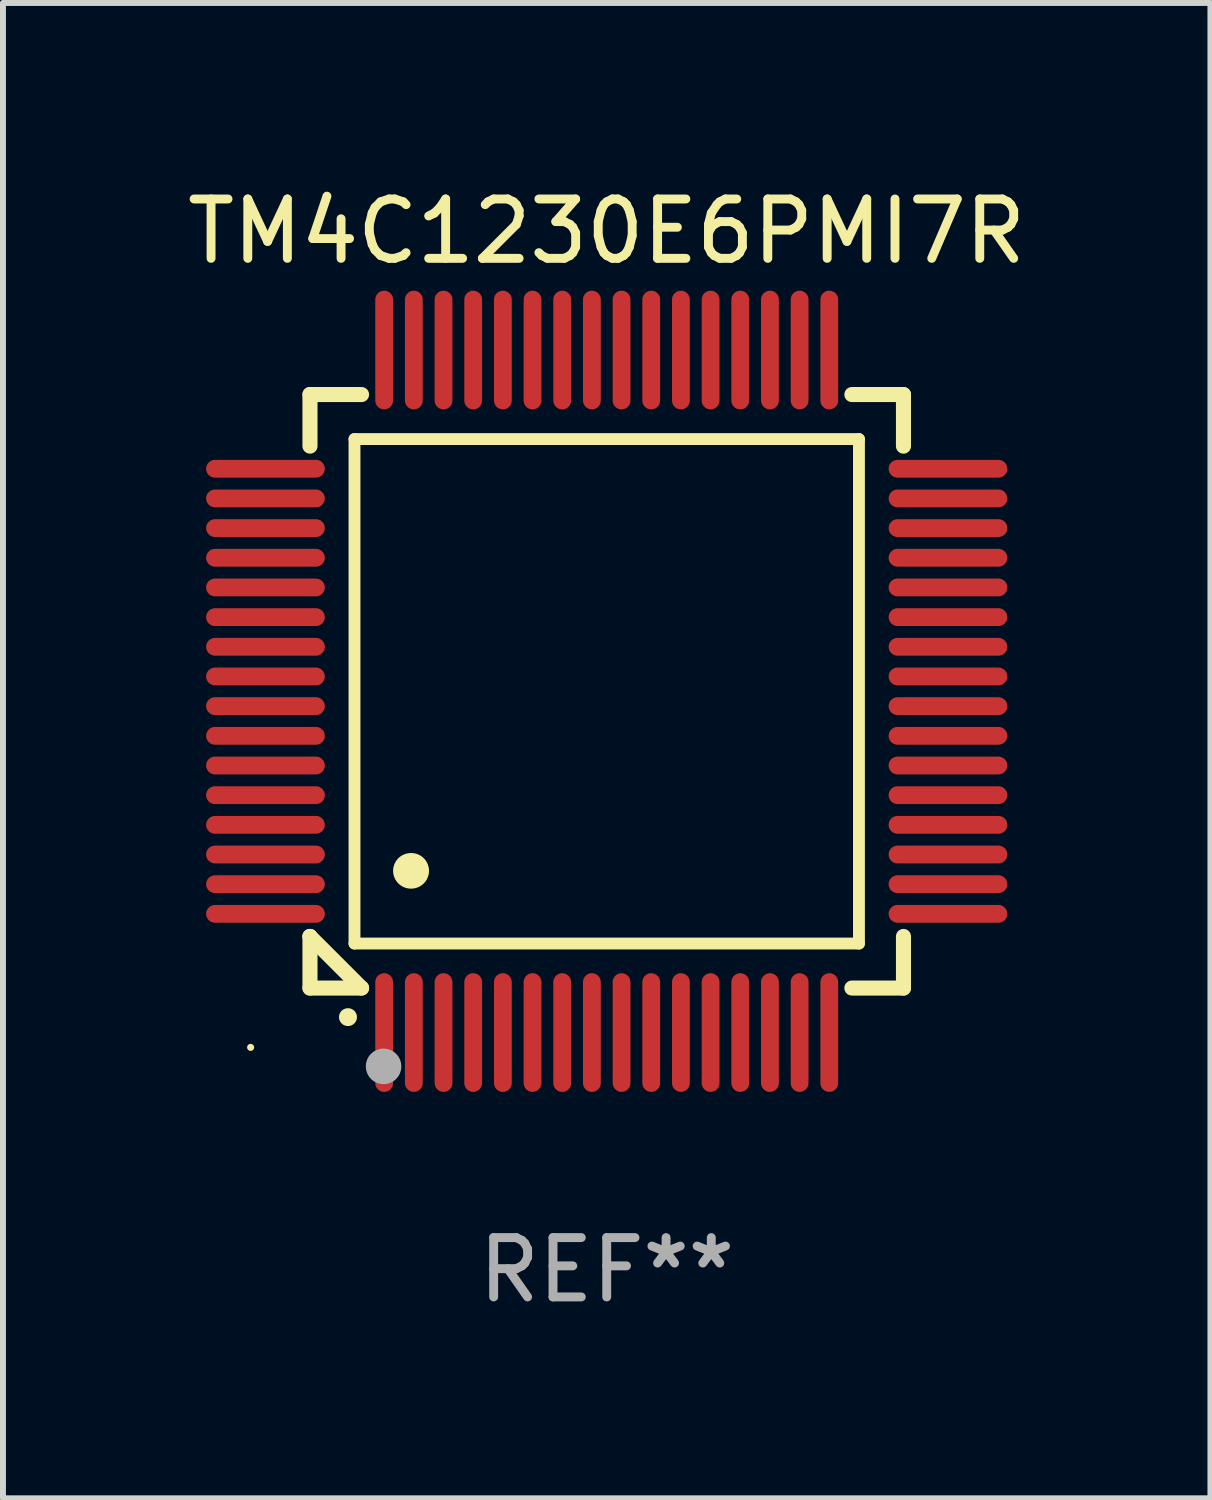
<source format=kicad_pcb>
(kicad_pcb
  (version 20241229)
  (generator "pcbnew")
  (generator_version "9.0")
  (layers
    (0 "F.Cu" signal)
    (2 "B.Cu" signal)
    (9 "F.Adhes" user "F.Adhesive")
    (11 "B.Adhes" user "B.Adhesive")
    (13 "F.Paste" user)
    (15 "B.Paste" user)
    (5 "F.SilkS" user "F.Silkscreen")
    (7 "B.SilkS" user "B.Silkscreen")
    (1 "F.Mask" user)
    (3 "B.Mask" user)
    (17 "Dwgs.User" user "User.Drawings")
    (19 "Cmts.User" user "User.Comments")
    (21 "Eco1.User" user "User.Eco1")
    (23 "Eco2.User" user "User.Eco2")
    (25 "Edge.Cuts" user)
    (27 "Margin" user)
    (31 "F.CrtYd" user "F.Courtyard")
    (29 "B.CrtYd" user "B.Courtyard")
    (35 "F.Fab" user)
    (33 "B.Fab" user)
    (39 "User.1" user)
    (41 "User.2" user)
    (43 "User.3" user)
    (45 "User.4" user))
  (footprint "TM4C1230E6PMI7R"
    (layer "F.Cu")
    (at 7.173 8.598)
    (property "Reference" "TM4C1230E6PMI7R" (at 0 -7.75 0) (layer "F.SilkS") (effects (font (size 1 1) (thickness 0.15))))
    (attr through_hole)
    (fp_line (start -5 -5) (end -4.131 -5) (stroke (width 0.254) (type solid)) (layer "F.SilkS"))
    (fp_line (start -5 -4.131) (end -5 -5) (stroke (width 0.254) (type solid)) (layer "F.SilkS"))
    (fp_line (start -5 4.131) (end -5 4.131) (stroke (width 0.254) (type solid)) (layer "F.SilkS"))
    (fp_line (start -5 5) (end -5 4.131) (stroke (width 0.254) (type solid)) (layer "F.SilkS"))
    (fp_line (start -5 4.131) (end -4.131 5) (stroke (width 0.254) (type solid)) (layer "F.SilkS"))
    (fp_line (start -4.25 -4.25) (end -4.25 4.25) (stroke (width 0.2) (type solid)) (layer "F.SilkS"))
    (fp_line (start -4.25 4.25) (end 4.25 4.25) (stroke (width 0.2) (type solid)) (layer "F.SilkS"))
    (fp_line (start -4.131 5) (end -5 5) (stroke (width 0.254) (type solid)) (layer "F.SilkS"))
    (fp_line (start 4.25 -4.25) (end -4.25 -4.25) (stroke (width 0.2) (type solid)) (layer "F.SilkS"))
    (fp_line (start 4.25 4.25) (end 4.25 -4.25) (stroke (width 0.2) (type solid)) (layer "F.SilkS"))
    (fp_line (start 5 -5) (end 4.131 -5) (stroke (width 0.254) (type solid)) (layer "F.SilkS"))
    (fp_line (start 5 -5) (end 5 -4.131) (stroke (width 0.254) (type solid)) (layer "F.SilkS"))
    (fp_line (start 5 4.131) (end 5 5) (stroke (width 0.254) (type solid)) (layer "F.SilkS"))
    (fp_line (start 5 5) (end 4.131 5) (stroke (width 0.254) (type solid)) (layer "F.SilkS"))
    (fp_arc (start -4.361265 5.489992) (mid -4.359995 5.489987) (end -4.358725 5.489992) (stroke (width 0.3) (type solid)) (layer "F.SilkS"))
    (fp_arc (start -3.299467 3.025146) (mid -3.296927 3.025135) (end -3.294387 3.025146) (stroke (width 0.6) (type solid)) (layer "F.SilkS"))
    (fp_circle (center -6 6) (end -5.97 6) (stroke (width 0.06) (type solid)) (fill no) (layer "F.SilkS"))
    (fp_circle (center -3.76 6.32) (end -3.61 6.32) (stroke (width 0.3) (type solid)) (fill no) (layer "F.Fab"))
    (fp_text user "REF**" (at 0 9.75 0) (layer "F.Fab") (effects (font (size 1 1) (thickness 0.15))))
    (pad "1" smd oval (at -3.75 5.75) (size 0.3 2) (layers "F.Cu" "F.Mask" "F.Paste"))
    (pad "2" smd oval (at -3.25 5.75) (size 0.3 2) (layers "F.Cu" "F.Mask" "F.Paste"))
    (pad "3" smd oval (at -2.75 5.75) (size 0.3 2) (layers "F.Cu" "F.Mask" "F.Paste"))
    (pad "4" smd oval (at -2.25 5.75) (size 0.3 2) (layers "F.Cu" "F.Mask" "F.Paste"))
    (pad "5" smd oval (at -1.75 5.75) (size 0.3 2) (layers "F.Cu" "F.Mask" "F.Paste"))
    (pad "6" smd oval (at -1.25 5.75) (size 0.3 2) (layers "F.Cu" "F.Mask" "F.Paste"))
    (pad "7" smd oval (at -0.75 5.75) (size 0.3 2) (layers "F.Cu" "F.Mask" "F.Paste"))
    (pad "8" smd oval (at -0.25 5.75) (size 0.3 2) (layers "F.Cu" "F.Mask" "F.Paste"))
    (pad "9" smd oval (at 0.25 5.75) (size 0.3 2) (layers "F.Cu" "F.Mask" "F.Paste"))
    (pad "10" smd oval (at 0.75 5.75) (size 0.3 2) (layers "F.Cu" "F.Mask" "F.Paste"))
    (pad "11" smd oval (at 1.25 5.75) (size 0.3 2) (layers "F.Cu" "F.Mask" "F.Paste"))
    (pad "12" smd oval (at 1.75 5.75) (size 0.3 2) (layers "F.Cu" "F.Mask" "F.Paste"))
    (pad "13" smd oval (at 2.25 5.75) (size 0.3 2) (layers "F.Cu" "F.Mask" "F.Paste"))
    (pad "14" smd oval (at 2.75 5.75) (size 0.3 2) (layers "F.Cu" "F.Mask" "F.Paste"))
    (pad "15" smd oval (at 3.25 5.75) (size 0.3 2) (layers "F.Cu" "F.Mask" "F.Paste"))
    (pad "16" smd oval (at 3.75 5.75) (size 0.3 2) (layers "F.Cu" "F.Mask" "F.Paste"))
    (pad "17" smd oval (at 5.75 3.75) (size 2 0.3) (layers "F.Cu" "F.Mask" "F.Paste"))
    (pad "18" smd oval (at 5.75 3.25) (size 2 0.3) (layers "F.Cu" "F.Mask" "F.Paste"))
    (pad "19" smd oval (at 5.75 2.75) (size 2 0.3) (layers "F.Cu" "F.Mask" "F.Paste"))
    (pad "20" smd oval (at 5.75 2.25) (size 2 0.3) (layers "F.Cu" "F.Mask" "F.Paste"))
    (pad "21" smd oval (at 5.75 1.75) (size 2 0.3) (layers "F.Cu" "F.Mask" "F.Paste"))
    (pad "22" smd oval (at 5.75 1.25) (size 2 0.3) (layers "F.Cu" "F.Mask" "F.Paste"))
    (pad "23" smd oval (at 5.75 0.75) (size 2 0.3) (layers "F.Cu" "F.Mask" "F.Paste"))
    (pad "24" smd oval (at 5.75 0.25) (size 2 0.3) (layers "F.Cu" "F.Mask" "F.Paste"))
    (pad "25" smd oval (at 5.75 -0.25) (size 2 0.3) (layers "F.Cu" "F.Mask" "F.Paste"))
    (pad "26" smd oval (at 5.75 -0.75) (size 2 0.3) (layers "F.Cu" "F.Mask" "F.Paste"))
    (pad "27" smd oval (at 5.75 -1.25) (size 2 0.3) (layers "F.Cu" "F.Mask" "F.Paste"))
    (pad "28" smd oval (at 5.75 -1.75) (size 2 0.3) (layers "F.Cu" "F.Mask" "F.Paste"))
    (pad "29" smd oval (at 5.75 -2.25) (size 2 0.3) (layers "F.Cu" "F.Mask" "F.Paste"))
    (pad "30" smd oval (at 5.75 -2.75) (size 2 0.3) (layers "F.Cu" "F.Mask" "F.Paste"))
    (pad "31" smd oval (at 5.75 -3.25) (size 2 0.3) (layers "F.Cu" "F.Mask" "F.Paste"))
    (pad "32" smd oval (at 5.75 -3.75) (size 2 0.3) (layers "F.Cu" "F.Mask" "F.Paste"))
    (pad "33" smd oval (at 3.75 -5.75) (size 0.3 2) (layers "F.Cu" "F.Mask" "F.Paste"))
    (pad "34" smd oval (at 3.25 -5.75) (size 0.3 2) (layers "F.Cu" "F.Mask" "F.Paste"))
    (pad "35" smd oval (at 2.75 -5.75) (size 0.3 2) (layers "F.Cu" "F.Mask" "F.Paste"))
    (pad "36" smd oval (at 2.25 -5.75) (size 0.3 2) (layers "F.Cu" "F.Mask" "F.Paste"))
    (pad "37" smd oval (at 1.75 -5.75) (size 0.3 2) (layers "F.Cu" "F.Mask" "F.Paste"))
    (pad "38" smd oval (at 1.25 -5.75) (size 0.3 2) (layers "F.Cu" "F.Mask" "F.Paste"))
    (pad "39" smd oval (at 0.75 -5.75) (size 0.3 2) (layers "F.Cu" "F.Mask" "F.Paste"))
    (pad "40" smd oval (at 0.25 -5.75) (size 0.3 2) (layers "F.Cu" "F.Mask" "F.Paste"))
    (pad "41" smd oval (at -0.25 -5.75) (size 0.3 2) (layers "F.Cu" "F.Mask" "F.Paste"))
    (pad "42" smd oval (at -0.75 -5.75) (size 0.3 2) (layers "F.Cu" "F.Mask" "F.Paste"))
    (pad "43" smd oval (at -1.25 -5.75) (size 0.3 2) (layers "F.Cu" "F.Mask" "F.Paste"))
    (pad "44" smd oval (at -1.75 -5.75) (size 0.3 2) (layers "F.Cu" "F.Mask" "F.Paste"))
    (pad "45" smd oval (at -2.25 -5.75) (size 0.3 2) (layers "F.Cu" "F.Mask" "F.Paste"))
    (pad "46" smd oval (at -2.75 -5.75) (size 0.3 2) (layers "F.Cu" "F.Mask" "F.Paste"))
    (pad "47" smd oval (at -3.25 -5.75) (size 0.3 2) (layers "F.Cu" "F.Mask" "F.Paste"))
    (pad "48" smd oval (at -3.75 -5.75) (size 0.3 2) (layers "F.Cu" "F.Mask" "F.Paste"))
    (pad "49" smd oval (at -5.75 -3.75) (size 2 0.3) (layers "F.Cu" "F.Mask" "F.Paste"))
    (pad "50" smd oval (at -5.75 -3.25) (size 2 0.3) (layers "F.Cu" "F.Mask" "F.Paste"))
    (pad "51" smd oval (at -5.75 -2.75) (size 2 0.3) (layers "F.Cu" "F.Mask" "F.Paste"))
    (pad "52" smd oval (at -5.75 -2.25) (size 2 0.3) (layers "F.Cu" "F.Mask" "F.Paste"))
    (pad "53" smd oval (at -5.75 -1.75) (size 2 0.3) (layers "F.Cu" "F.Mask" "F.Paste"))
    (pad "54" smd oval (at -5.75 -1.25) (size 2 0.3) (layers "F.Cu" "F.Mask" "F.Paste"))
    (pad "55" smd oval (at -5.75 -0.75) (size 2 0.3) (layers "F.Cu" "F.Mask" "F.Paste"))
    (pad "56" smd oval (at -5.75 -0.25) (size 2 0.3) (layers "F.Cu" "F.Mask" "F.Paste"))
    (pad "57" smd oval (at -5.75 0.25) (size 2 0.3) (layers "F.Cu" "F.Mask" "F.Paste"))
    (pad "58" smd oval (at -5.75 0.75) (size 2 0.3) (layers "F.Cu" "F.Mask" "F.Paste"))
    (pad "59" smd oval (at -5.75 1.25) (size 2 0.3) (layers "F.Cu" "F.Mask" "F.Paste"))
    (pad "60" smd oval (at -5.75 1.75) (size 2 0.3) (layers "F.Cu" "F.Mask" "F.Paste"))
    (pad "61" smd oval (at -5.75 2.25) (size 2 0.3) (layers "F.Cu" "F.Mask" "F.Paste"))
    (pad "62" smd oval (at -5.75 2.75) (size 2 0.3) (layers "F.Cu" "F.Mask" "F.Paste"))
    (pad "63" smd oval (at -5.75 3.25) (size 2 0.3) (layers "F.Cu" "F.Mask" "F.Paste"))
    (pad "64" smd oval (at -5.75 3.75) (size 2 0.3) (layers "F.Cu" "F.Mask" "F.Paste")))
  (gr_rect
    (start -3 -3)
    (end 17.345 22.196)
    (stroke (width 0.1) (type default))
    (fill no)
    (layer "Edge.Cuts")))
</source>
